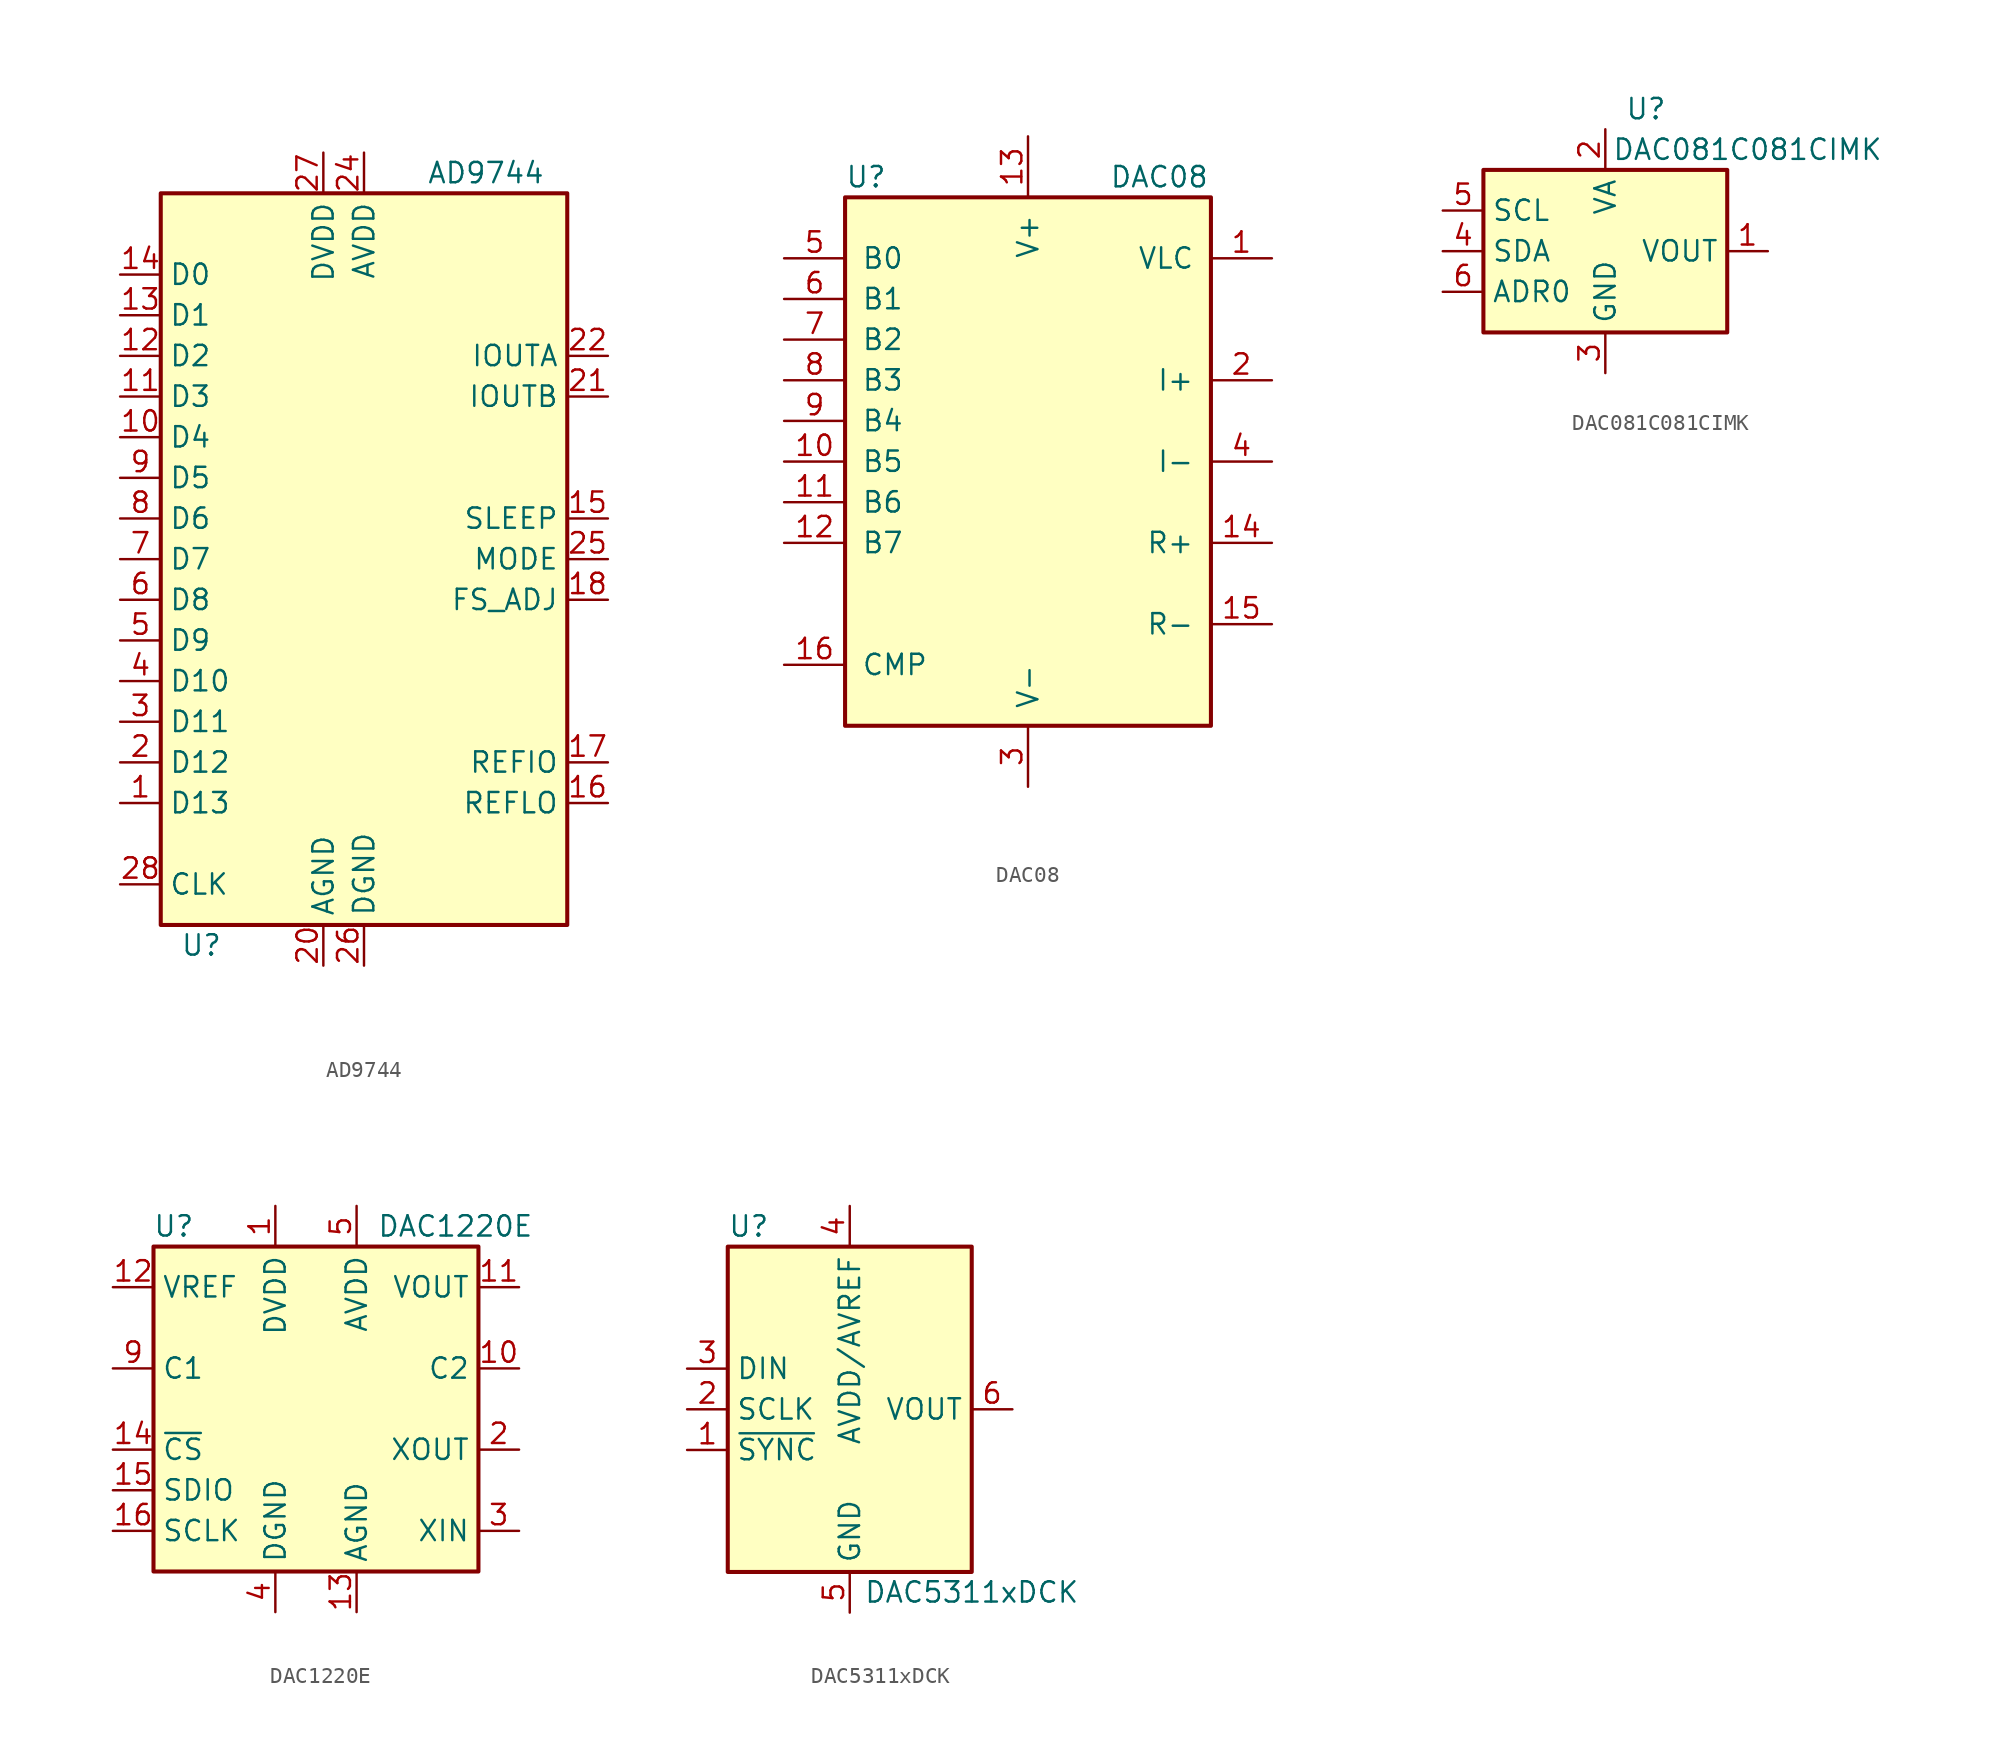
<source format=kicad_sym>
(kicad_symbol_lib
  (version 20201005)
  (generator kicad_symbol_editor)
  (symbol "Analog_DAC:AD9744"
    (property "Reference" "U"
      (at -10.16 -24.13 0)
      (effects (font (size 1.27 1.27))))
    (property "Value" "AD9744"
      (at 7.62 24.13 0)
      (effects (font (size 1.27 1.27))))
    (symbol "AD9744_0_1"
      (rectangle (start 12.7 22.86) (end -12.7 -22.86) (stroke (width 0.254)) (fill (type background))))
    (symbol "AD9744_1_1"
      (pin input line (at -15.24 -15.24 0) (length 2.54) (name "D13" (effects (font (size 1.27 1.27)))) (number "1" (effects (font (size 1.27 1.27)))))
      (pin input line (at -15.24 7.62 0) (length 2.54) (name "D4" (effects (font (size 1.27 1.27)))) (number "10" (effects (font (size 1.27 1.27)))))
      (pin input line (at -15.24 10.16 0) (length 2.54) (name "D3" (effects (font (size 1.27 1.27)))) (number "11" (effects (font (size 1.27 1.27)))))
      (pin input line (at -15.24 12.7 0) (length 2.54) (name "D2" (effects (font (size 1.27 1.27)))) (number "12" (effects (font (size 1.27 1.27)))))
      (pin input line (at -15.24 15.24 0) (length 2.54) (name "D1" (effects (font (size 1.27 1.27)))) (number "13" (effects (font (size 1.27 1.27)))))
      (pin input line (at -15.24 17.78 0) (length 2.54) (name "D0" (effects (font (size 1.27 1.27)))) (number "14" (effects (font (size 1.27 1.27)))))
      (pin input line (at 15.24 2.54 180) (length 2.54) (name "SLEEP" (effects (font (size 1.27 1.27)))) (number "15" (effects (font (size 1.27 1.27)))))
      (pin input line (at 15.24 -15.24 180) (length 2.54) (name "REFLO" (effects (font (size 1.27 1.27)))) (number "16" (effects (font (size 1.27 1.27)))))
      (pin input line (at 15.24 -12.7 180) (length 2.54) (name "REFIO" (effects (font (size 1.27 1.27)))) (number "17" (effects (font (size 1.27 1.27)))))
      (pin input line (at 15.24 -2.54 180) (length 2.54) (name "FS_ADJ" (effects (font (size 1.27 1.27)))) (number "18" (effects (font (size 1.27 1.27)))))
      (pin input line (at -15.24 -12.7 0) (length 2.54) (name "D12" (effects (font (size 1.27 1.27)))) (number "2" (effects (font (size 1.27 1.27)))))
      (pin power_in line (at -2.54 -25.4 90) (length 2.54) (name "AGND" (effects (font (size 1.27 1.27)))) (number "20" (effects (font (size 1.27 1.27)))))
      (pin output line (at 15.24 10.16 180) (length 2.54) (name "IOUTB" (effects (font (size 1.27 1.27)))) (number "21" (effects (font (size 1.27 1.27)))))
      (pin output line (at 15.24 12.7 180) (length 2.54) (name "IOUTA" (effects (font (size 1.27 1.27)))) (number "22" (effects (font (size 1.27 1.27)))))
      (pin power_in line (at 0 25.4 270) (length 2.54) (name "AVDD" (effects (font (size 1.27 1.27)))) (number "24" (effects (font (size 1.27 1.27)))))
      (pin input line (at 15.24 0 180) (length 2.54) (name "MODE" (effects (font (size 1.27 1.27)))) (number "25" (effects (font (size 1.27 1.27)))))
      (pin power_in line (at 0 -25.4 90) (length 2.54) (name "DGND" (effects (font (size 1.27 1.27)))) (number "26" (effects (font (size 1.27 1.27)))))
      (pin power_in line (at -2.54 25.4 270) (length 2.54) (name "DVDD" (effects (font (size 1.27 1.27)))) (number "27" (effects (font (size 1.27 1.27)))))
      (pin input line (at -15.24 -20.32 0) (length 2.54) (name "CLK" (effects (font (size 1.27 1.27)))) (number "28" (effects (font (size 1.27 1.27)))))
      (pin input line (at -15.24 -10.16 0) (length 2.54) (name "D11" (effects (font (size 1.27 1.27)))) (number "3" (effects (font (size 1.27 1.27)))))
      (pin input line (at -15.24 -7.62 0) (length 2.54) (name "D10" (effects (font (size 1.27 1.27)))) (number "4" (effects (font (size 1.27 1.27)))))
      (pin input line (at -15.24 -5.08 0) (length 2.54) (name "D9" (effects (font (size 1.27 1.27)))) (number "5" (effects (font (size 1.27 1.27)))))
      (pin input line (at -15.24 -2.54 0) (length 2.54) (name "D8" (effects (font (size 1.27 1.27)))) (number "6" (effects (font (size 1.27 1.27)))))
      (pin input line (at -15.24 0 0) (length 2.54) (name "D7" (effects (font (size 1.27 1.27)))) (number "7" (effects (font (size 1.27 1.27)))))
      (pin input line (at -15.24 2.54 0) (length 2.54) (name "D6" (effects (font (size 1.27 1.27)))) (number "8" (effects (font (size 1.27 1.27)))))
      (pin input line (at -15.24 5.08 0) (length 2.54) (name "D5" (effects (font (size 1.27 1.27)))) (number "9" (effects (font (size 1.27 1.27)))))))
  (symbol "Analog_DAC:DAC08"
    (pin_names
      (offset 1.016))
    (property "Reference" "U"
      (at -11.43 17.78 0)
      (effects (font (size 1.27 1.27)) (justify left)))
    (property "Value" "DAC08"
      (at 5.08 17.78 0)
      (effects (font (size 1.27 1.27)) (justify left)))
    (symbol "DAC08_0_1"
      (rectangle (start -11.43 -16.51) (end 11.43 16.51) (stroke (width 0.254)) (fill (type background))))
    (symbol "DAC08_1_1"
      (pin input line (at 15.24 12.7 180) (length 3.81) (name "VLC" (effects (font (size 1.27 1.27)))) (number "1" (effects (font (size 1.27 1.27)))))
      (pin input line (at -15.24 0 0) (length 3.81) (name "B5" (effects (font (size 1.27 1.27)))) (number "10" (effects (font (size 1.27 1.27)))))
      (pin input line (at -15.24 -2.54 0) (length 3.81) (name "B6" (effects (font (size 1.27 1.27)))) (number "11" (effects (font (size 1.27 1.27)))))
      (pin input line (at -15.24 -5.08 0) (length 3.81) (name "B7" (effects (font (size 1.27 1.27)))) (number "12" (effects (font (size 1.27 1.27)))))
      (pin power_in line (at 0 20.32 270) (length 3.81) (name "V+" (effects (font (size 1.27 1.27)))) (number "13" (effects (font (size 1.27 1.27)))))
      (pin input line (at 15.24 -5.08 180) (length 3.81) (name "R+" (effects (font (size 1.27 1.27)))) (number "14" (effects (font (size 1.27 1.27)))))
      (pin input line (at 15.24 -10.16 180) (length 3.81) (name "R-" (effects (font (size 1.27 1.27)))) (number "15" (effects (font (size 1.27 1.27)))))
      (pin input line (at -15.24 -12.7 0) (length 3.81) (name "CMP" (effects (font (size 1.27 1.27)))) (number "16" (effects (font (size 1.27 1.27)))))
      (pin output line (at 15.24 5.08 180) (length 3.81) (name "I+" (effects (font (size 1.27 1.27)))) (number "2" (effects (font (size 1.27 1.27)))))
      (pin power_in line (at 0 -20.32 90) (length 3.81) (name "V-" (effects (font (size 1.27 1.27)))) (number "3" (effects (font (size 1.27 1.27)))))
      (pin output line (at 15.24 0 180) (length 3.81) (name "I-" (effects (font (size 1.27 1.27)))) (number "4" (effects (font (size 1.27 1.27)))))
      (pin input line (at -15.24 12.7 0) (length 3.81) (name "B0" (effects (font (size 1.27 1.27)))) (number "5" (effects (font (size 1.27 1.27)))))
      (pin input line (at -15.24 10.16 0) (length 3.81) (name "B1" (effects (font (size 1.27 1.27)))) (number "6" (effects (font (size 1.27 1.27)))))
      (pin input line (at -15.24 7.62 0) (length 3.81) (name "B2" (effects (font (size 1.27 1.27)))) (number "7" (effects (font (size 1.27 1.27)))))
      (pin input line (at -15.24 5.08 0) (length 3.81) (name "B3" (effects (font (size 1.27 1.27)))) (number "8" (effects (font (size 1.27 1.27)))))
      (pin input line (at -15.24 2.54 0) (length 3.81) (name "B4" (effects (font (size 1.27 1.27)))) (number "9" (effects (font (size 1.27 1.27)))))))
  (symbol "Analog_DAC:DAC081C081CIMK"
    (property "Reference" "U"
      (at 2.54 8.89 0)
      (effects (font (size 1.27 1.27))))
    (property "Value" "DAC081C081CIMK"
      (at 8.89 6.35 0)
      (effects (font (size 1.27 1.27))))
    (symbol "DAC081C081CIMK_0_1"
      (rectangle (start -7.62 -5.08) (end 7.62 5.08) (stroke (width 0.254)) (fill (type background))))
    (symbol "DAC081C081CIMK_1_1"
      (pin output line (at 10.16 0 180) (length 2.54) (name "VOUT" (effects (font (size 1.27 1.27)))) (number "1" (effects (font (size 1.27 1.27)))))
      (pin power_in line (at 0 7.62 270) (length 2.54) (name "VA" (effects (font (size 1.27 1.27)))) (number "2" (effects (font (size 1.27 1.27)))))
      (pin power_in line (at 0 -7.62 90) (length 2.54) (name "GND" (effects (font (size 1.27 1.27)))) (number "3" (effects (font (size 1.27 1.27)))))
      (pin bidirectional line (at -10.16 0 0) (length 2.54) (name "SDA" (effects (font (size 1.27 1.27)))) (number "4" (effects (font (size 1.27 1.27)))))
      (pin input line (at -10.16 2.54 0) (length 2.54) (name "SCL" (effects (font (size 1.27 1.27)))) (number "5" (effects (font (size 1.27 1.27)))))
      (pin input line (at -10.16 -2.54 0) (length 2.54) (name "ADR0" (effects (font (size 1.27 1.27)))) (number "6" (effects (font (size 1.27 1.27)))))))
  (symbol "Analog_DAC:DAC1220E"
    (property "Reference" "U"
      (at -8.89 11.43 0)
      (effects (font (size 1.27 1.27))))
    (property "Value" "DAC1220E"
      (at 3.81 11.43 0)
      (effects (font (size 1.27 1.27)) (justify left)))
    (symbol "DAC1220E_0_1"
      (rectangle (start -10.16 10.16) (end 10.16 -10.16) (stroke (width 0.254)) (fill (type background))))
    (symbol "DAC1220E_1_1"
      (pin power_in line (at -2.54 12.7 270) (length 2.54) (name "DVDD" (effects (font (size 1.27 1.27)))) (number "1" (effects (font (size 1.27 1.27)))))
      (pin passive line (at 12.7 2.54 180) (length 2.54) (name "C2" (effects (font (size 1.27 1.27)))) (number "10" (effects (font (size 1.27 1.27)))))
      (pin output line (at 12.7 7.62 180) (length 2.54) (name "VOUT" (effects (font (size 1.27 1.27)))) (number "11" (effects (font (size 1.27 1.27)))))
      (pin input line (at -12.7 7.62 0) (length 2.54) (name "VREF" (effects (font (size 1.27 1.27)))) (number "12" (effects (font (size 1.27 1.27)))))
      (pin power_in line (at 2.54 -12.7 90) (length 2.54) (name "AGND" (effects (font (size 1.27 1.27)))) (number "13" (effects (font (size 1.27 1.27)))))
      (pin input line (at -12.7 -2.54 0) (length 2.54) (name "~CS" (effects (font (size 1.27 1.27)))) (number "14" (effects (font (size 1.27 1.27)))))
      (pin bidirectional line (at -12.7 -5.08 0) (length 2.54) (name "SDIO" (effects (font (size 1.27 1.27)))) (number "15" (effects (font (size 1.27 1.27)))))
      (pin input line (at -12.7 -7.62 0) (length 2.54) (name "SCLK" (effects (font (size 1.27 1.27)))) (number "16" (effects (font (size 1.27 1.27)))))
      (pin output line (at 12.7 -2.54 180) (length 2.54) (name "XOUT" (effects (font (size 1.27 1.27)))) (number "2" (effects (font (size 1.27 1.27)))))
      (pin input line (at 12.7 -7.62 180) (length 2.54) (name "XIN" (effects (font (size 1.27 1.27)))) (number "3" (effects (font (size 1.27 1.27)))))
      (pin power_in line (at -2.54 -12.7 90) (length 2.54) (name "DGND" (effects (font (size 1.27 1.27)))) (number "4" (effects (font (size 1.27 1.27)))))
      (pin power_in line (at 2.54 12.7 270) (length 2.54) (name "AVDD" (effects (font (size 1.27 1.27)))) (number "5" (effects (font (size 1.27 1.27)))))
      (pin no_connect line (at 10.16 5.08 180) (length 2.54) hide (name "DNC" (effects (font (size 1.27 1.27)))) (number "6" (effects (font (size 1.27 1.27)))))
      (pin no_connect line (at 10.16 0 180) (length 2.54) hide (name "DNC" (effects (font (size 1.27 1.27)))) (number "7" (effects (font (size 1.27 1.27)))))
      (pin no_connect line (at 10.16 -5.08 180) (length 2.54) hide (name "DNC" (effects (font (size 1.27 1.27)))) (number "8" (effects (font (size 1.27 1.27)))))
      (pin passive line (at -12.7 2.54 0) (length 2.54) (name "C1" (effects (font (size 1.27 1.27)))) (number "9" (effects (font (size 1.27 1.27)))))))
  (symbol "Analog_DAC:DAC5311xDCK"
    (property "Reference" "U"
      (at -7.62 11.43 0)
      (effects (font (size 1.27 1.27)) (justify left)))
    (property "Value" "DAC5311xDCK"
      (at 7.62 -11.43 0)
      (effects (font (size 1.27 1.27))))
    (symbol "DAC5311xDCK_0_1"
      (rectangle (start -7.62 10.16) (end 7.62 -10.16) (stroke (width 0.254)) (fill (type background))))
    (symbol "DAC5311xDCK_1_1"
      (pin input line (at -10.16 -2.54 0) (length 2.54) (name "~SYNC" (effects (font (size 1.27 1.27)))) (number "1" (effects (font (size 1.27 1.27)))))
      (pin input line (at -10.16 0 0) (length 2.54) (name "SCLK" (effects (font (size 1.27 1.27)))) (number "2" (effects (font (size 1.27 1.27)))))
      (pin input line (at -10.16 2.54 0) (length 2.54) (name "DIN" (effects (font (size 1.27 1.27)))) (number "3" (effects (font (size 1.27 1.27)))))
      (pin power_in line (at 0 12.7 270) (length 2.54) (name "AVDD/AVREF" (effects (font (size 1.27 1.27)))) (number "4" (effects (font (size 1.27 1.27)))))
      (pin power_in line (at 0 -12.7 90) (length 2.54) (name "GND" (effects (font (size 1.27 1.27)))) (number "5" (effects (font (size 1.27 1.27)))))
      (pin output line (at 10.16 0 180) (length 2.54) (name "VOUT" (effects (font (size 1.27 1.27)))) (number "6" (effects (font (size 1.27 1.27))))))))
</source>
